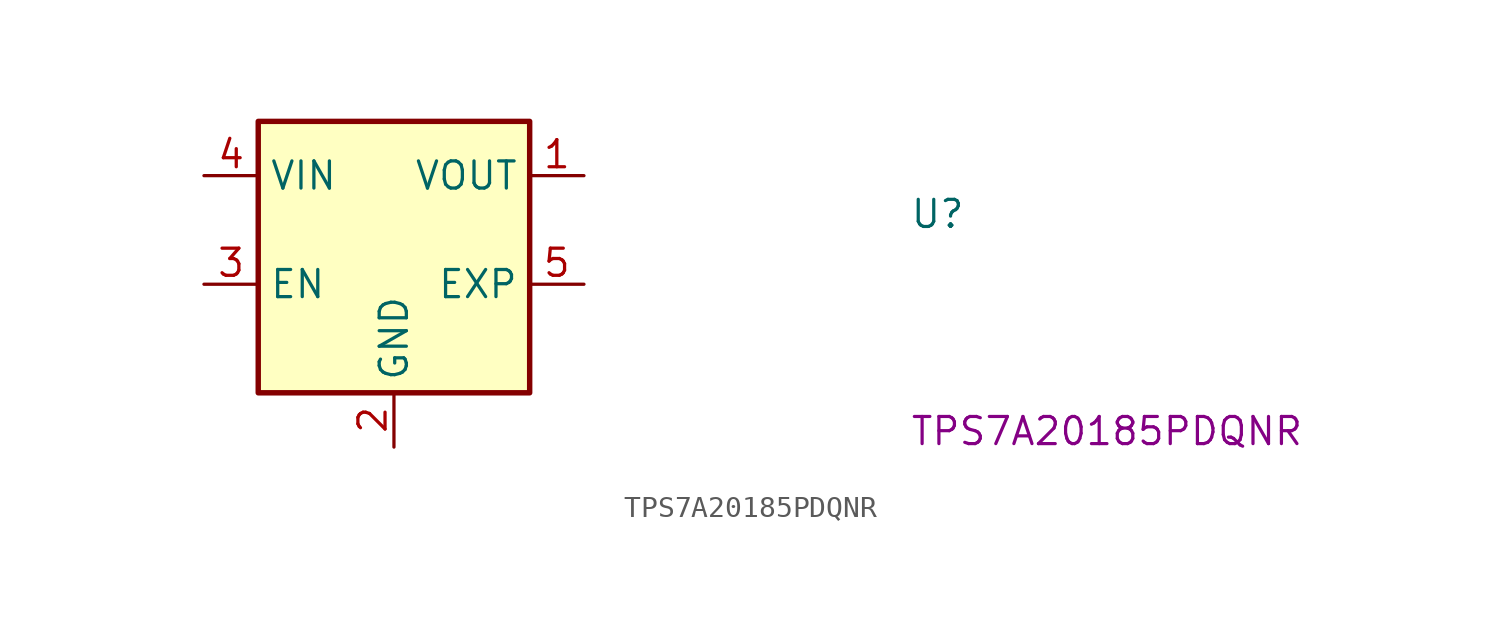
<source format=kicad_sym>
(kicad_symbol_lib
  (version 20220914)
  (generator kicad_symbol_editor)
  (symbol "TPS7A20185PDQNR"
    (property "Reference" "U"
      (at 33.02 -2.54 0)
      (effects (font (size 1.27 1.27) (thickness 0.15)) (justify left bottom)))
    (property "MPN" "TPS7A20185PDQNR"
      (at 33.02 -12.7 0)
      (effects (font (size 1.27 1.27) (thickness 0.15)) (justify left bottom)))
    (symbol "TPS7A20185PDQNR_1_1"
      (rectangle (start 2.54 2.54) (end 15.24 -10.16) (stroke (width 0.254) (type default)) (fill (type background)))
      (pin power_out line (at 17.78 0 180) (length 2.54) (name "VOUT" (effects (font (size 1.27 1.27)))) (number "1" (effects (font (size 1.27 1.27)))))
      (pin power_in line (at 8.89 -12.7 90) (length 2.54) (name "GND" (effects (font (size 1.27 1.27)))) (number "2" (effects (font (size 1.27 1.27)))))
      (pin input line (at 0 -5.08 0) (length 2.54) (name "EN" (effects (font (size 1.27 1.27)))) (number "3" (effects (font (size 1.27 1.27)))))
      (pin input line (at 0 0 0) (length 2.54) (name "VIN" (effects (font (size 1.27 1.27)))) (number "4" (effects (font (size 1.27 1.27)))))
      (pin passive line (at 17.78 -5.08 180) (length 2.54) (name "EXP" (effects (font (size 1.27 1.27)))) (number "5" (effects (font (size 1.27 1.27))))))))
</source>
